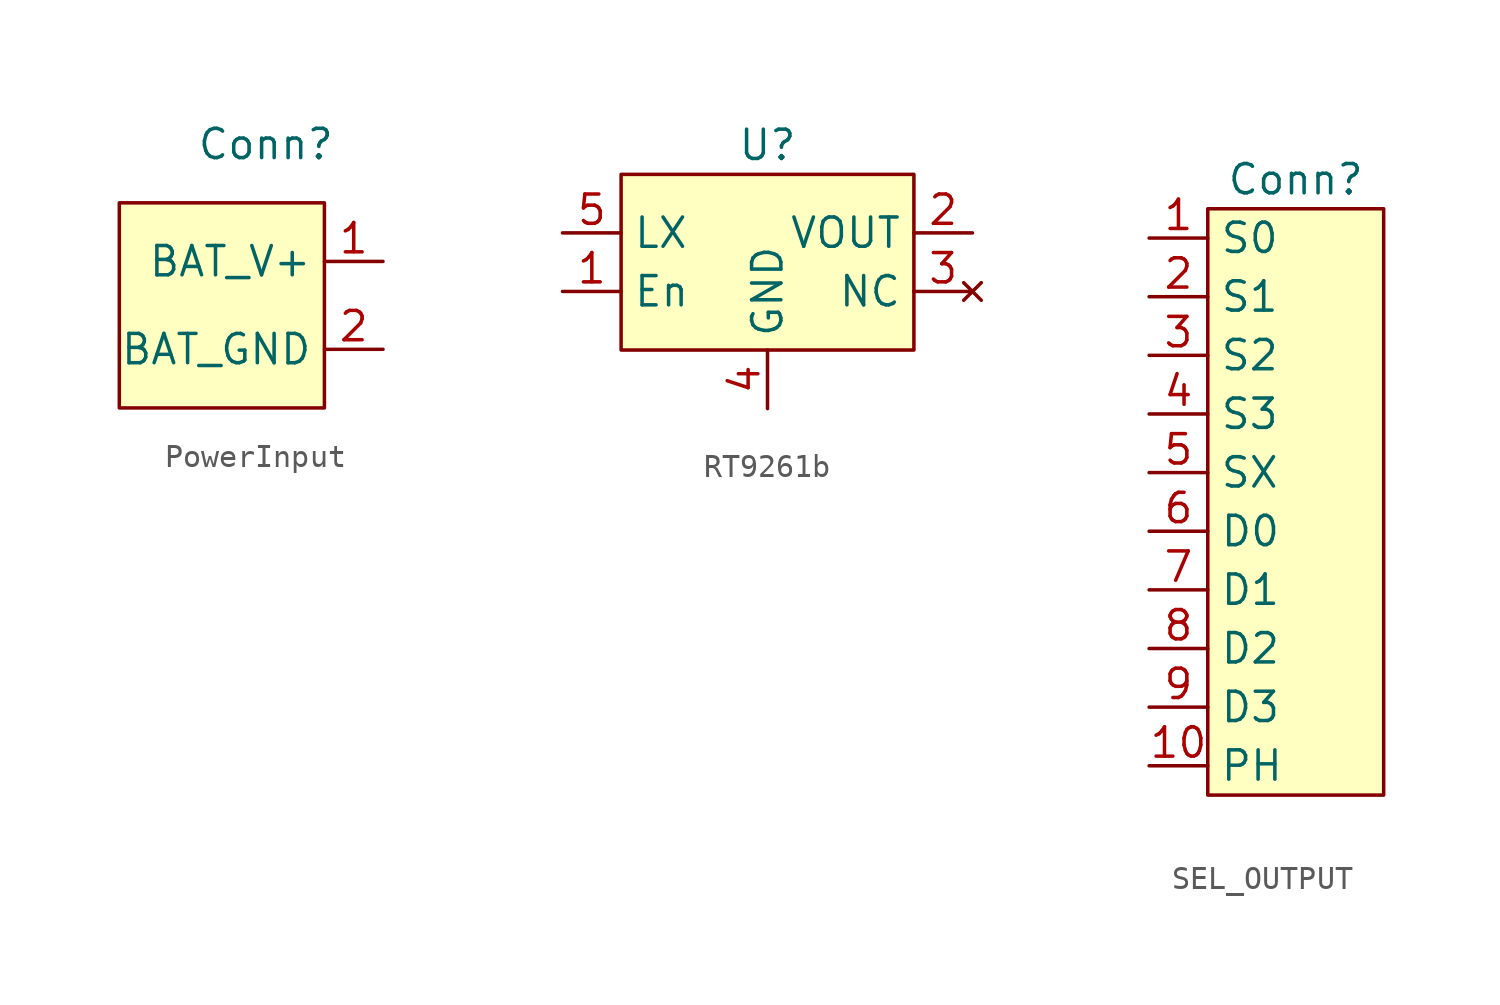
<source format=kicad_sym>
(kicad_symbol_lib
  (version 20220914)
  (generator kicad_symbol_editor)
  (symbol "PowerInput"
    (property "Reference" "Conn"
      (at 0 0 0)
      (effects (font (size 1.27 1.27))))
    (property "Value" ""
      (at 0 0 0)
      (effects (font (size 1.27 1.27))))
    (symbol "PowerInput_1_1"
      (rectangle (start -6.35 -2.54) (end 2.54 -11.43) (stroke (width 0) (type default)) (fill (type background)))
      (pin power_out line (at 5.08 -5.08 180) (length 2.54) (name "BAT_V+" (effects (font (size 1.27 1.27)))) (number "1" (effects (font (size 1.27 1.27)))))
      (pin power_out line (at 5.08 -8.89 180) (length 2.54) (name "BAT_GND" (effects (font (size 1.27 1.27)))) (number "2" (effects (font (size 1.27 1.27)))))))
  (symbol "RT9261b"
    (property "Reference" "U"
      (at 0 0 0)
      (effects (font (size 1.27 1.27))))
    (property "Value" ""
      (at 0 0 0)
      (effects (font (size 1.27 1.27))))
    (symbol "RT9261b_1_1"
      (rectangle (start -6.35 -1.27) (end 6.35 -8.89) (stroke (width 0) (type default)) (fill (type background)))
      (pin input line (at -8.89 -6.35 0) (length 2.54) (name "En" (effects (font (size 1.27 1.27)))) (number "1" (effects (font (size 1.27 1.27)))))
      (pin power_out line (at 8.89 -3.81 180) (length 2.54) (name "VOUT" (effects (font (size 1.27 1.27)))) (number "2" (effects (font (size 1.27 1.27)))))
      (pin no_connect line (at 8.89 -6.35 180) (length 2.54) (name "NC" (effects (font (size 1.27 1.27)))) (number "3" (effects (font (size 1.27 1.27)))))
      (pin power_in line (at 0 -11.43 90) (length 2.54) (name "GND" (effects (font (size 1.27 1.27)))) (number "4" (effects (font (size 1.27 1.27)))))
      (pin power_in line (at -8.89 -3.81 0) (length 2.54) (name "LX" (effects (font (size 1.27 1.27)))) (number "5" (effects (font (size 1.27 1.27)))))))
  (symbol "SEL_OUTPUT"
    (property "Reference" "Conn"
      (at 0 0 0)
      (effects (font (size 1.27 1.27))))
    (property "Value" ""
      (at 0 0 0)
      (effects (font (size 1.27 1.27))))
    (symbol "SEL_OUTPUT_1_1"
      (rectangle (start -3.81 -1.27) (end 3.81 -26.67) (stroke (width 0) (type default)) (fill (type background)))
      (pin input line (at -6.35 -2.54 0) (length 2.54) (name "S0" (effects (font (size 1.27 1.27)))) (number "1" (effects (font (size 1.27 1.27)))))
      (pin input line (at -6.35 -25.4 0) (length 2.54) (name "PH" (effects (font (size 1.27 1.27)))) (number "10" (effects (font (size 1.27 1.27)))))
      (pin input line (at -6.35 -5.08 0) (length 2.54) (name "S1" (effects (font (size 1.27 1.27)))) (number "2" (effects (font (size 1.27 1.27)))))
      (pin input line (at -6.35 -7.62 0) (length 2.54) (name "S2" (effects (font (size 1.27 1.27)))) (number "3" (effects (font (size 1.27 1.27)))))
      (pin input line (at -6.35 -10.16 0) (length 2.54) (name "S3" (effects (font (size 1.27 1.27)))) (number "4" (effects (font (size 1.27 1.27)))))
      (pin input line (at -6.35 -12.7 0) (length 2.54) (name "SX" (effects (font (size 1.27 1.27)))) (number "5" (effects (font (size 1.27 1.27)))))
      (pin input line (at -6.35 -15.24 0) (length 2.54) (name "D0" (effects (font (size 1.27 1.27)))) (number "6" (effects (font (size 1.27 1.27)))))
      (pin input line (at -6.35 -17.78 0) (length 2.54) (name "D1" (effects (font (size 1.27 1.27)))) (number "7" (effects (font (size 1.27 1.27)))))
      (pin input line (at -6.35 -20.32 0) (length 2.54) (name "D2" (effects (font (size 1.27 1.27)))) (number "8" (effects (font (size 1.27 1.27)))))
      (pin input line (at -6.35 -22.86 0) (length 2.54) (name "D3" (effects (font (size 1.27 1.27)))) (number "9" (effects (font (size 1.27 1.27))))))))
</source>
